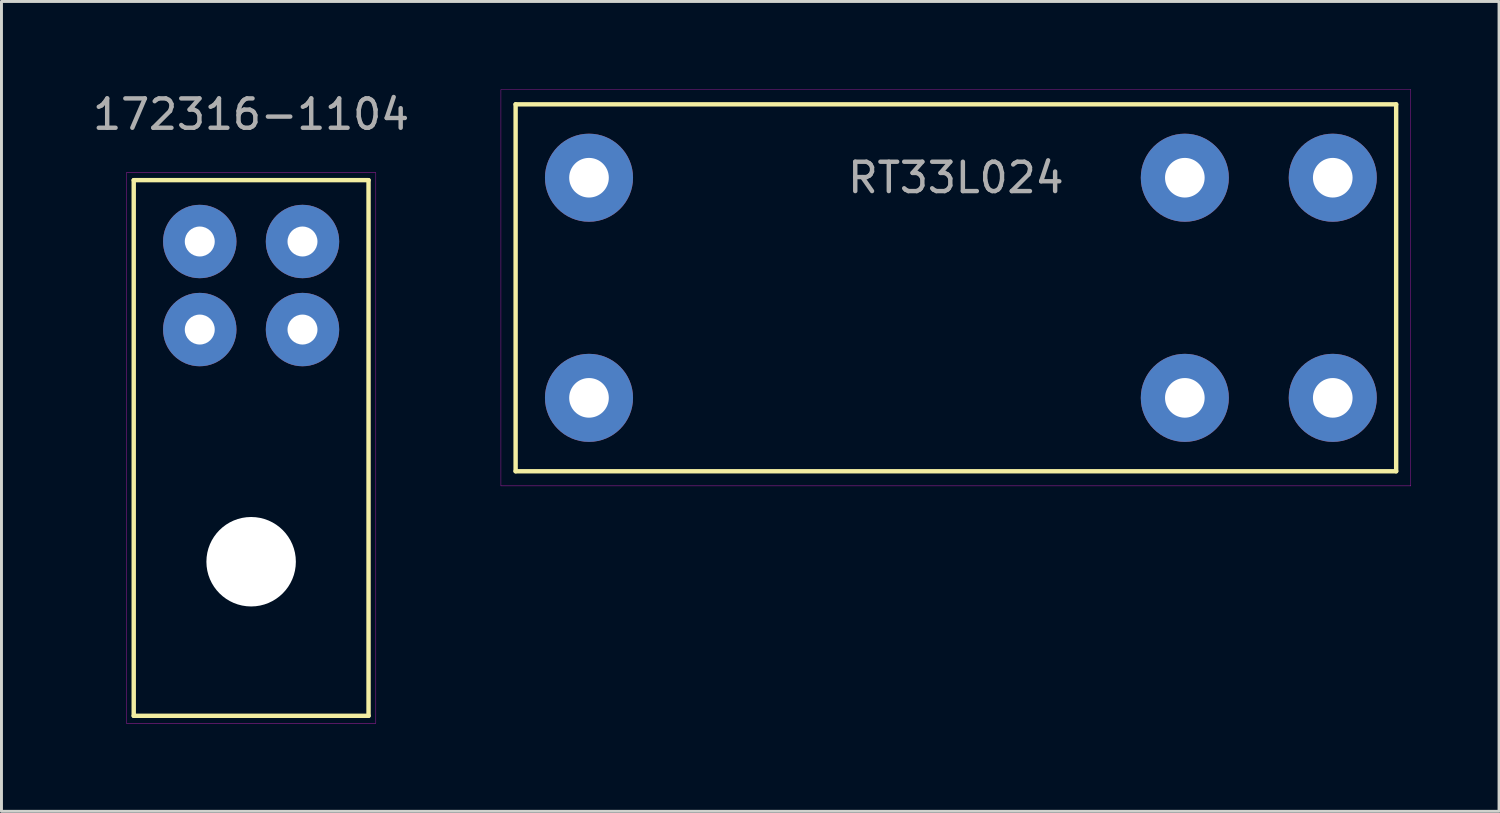
<source format=kicad_pcb>
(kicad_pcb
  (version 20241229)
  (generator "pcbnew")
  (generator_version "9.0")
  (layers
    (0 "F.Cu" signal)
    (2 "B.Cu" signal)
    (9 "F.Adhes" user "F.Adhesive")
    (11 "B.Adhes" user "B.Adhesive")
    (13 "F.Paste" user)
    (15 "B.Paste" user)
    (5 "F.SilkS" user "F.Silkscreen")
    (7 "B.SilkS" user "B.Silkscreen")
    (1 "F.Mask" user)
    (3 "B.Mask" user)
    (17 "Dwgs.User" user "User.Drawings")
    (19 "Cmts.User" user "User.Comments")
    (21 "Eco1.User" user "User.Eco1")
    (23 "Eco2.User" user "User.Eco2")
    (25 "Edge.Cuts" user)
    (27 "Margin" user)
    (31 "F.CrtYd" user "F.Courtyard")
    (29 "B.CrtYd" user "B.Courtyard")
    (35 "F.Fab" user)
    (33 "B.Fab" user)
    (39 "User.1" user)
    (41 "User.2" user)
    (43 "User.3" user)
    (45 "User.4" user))
  (footprint "RT33L024"
    (layer "F.Cu")
    (at 17.017 10.505)
    (property "Reference" "RT33L024" (at 12.5 -7.5 0) (layer "F.Fab") (effects (font (size 1 1) (thickness 0.15))))
    (attr through_hole)
    (fp_line (start -2.5 -10) (end 27.5 -10) (stroke (width 0.15) (type solid)) (layer "F.SilkS"))
    (fp_line (start -2.5 2.5) (end -2.5 -10) (stroke (width 0.15) (type solid)) (layer "F.SilkS"))
    (fp_line (start 27.5 -10) (end 27.5 2.5) (stroke (width 0.15) (type solid)) (layer "F.SilkS"))
    (fp_line (start 27.5 2.5) (end -2.5 2.5) (stroke (width 0.15) (type solid)) (layer "F.SilkS"))
    (fp_line (start -3 -10.5) (end 28 -10.5) (stroke (width 0.01) (type solid)) (layer "F.CrtYd"))
    (fp_line (start -3 3) (end -3 -10.5) (stroke (width 0.01) (type solid)) (layer "F.CrtYd"))
    (fp_line (start 28 -10.5) (end 28 3) (stroke (width 0.01) (type solid)) (layer "F.CrtYd"))
    (fp_line (start 28 3) (end -3 3) (stroke (width 0.01) (type solid)) (layer "F.CrtYd"))
    (pad "1" thru_hole circle (at 0 -7.5) (size 3 3) (drill 1.35) (layers "*.Cu" "*.Mask"))
    (pad "2" thru_hole circle (at 0 0) (size 3 3) (drill 1.35) (layers "*.Cu" "*.Mask"))
    (pad "3" thru_hole circle (at 20.3 -7.5) (size 3 3) (drill 1.35) (layers "*.Cu" "*.Mask"))
    (pad "3" thru_hole circle (at 20.3 0) (size 3 3) (drill 1.35) (layers "*.Cu" "*.Mask"))
    (pad "4" thru_hole circle (at 25.34 -7.5) (size 3 3) (drill 1.35) (layers "*.Cu" "*.Mask"))
    (pad "4" thru_hole circle (at 25.34 0) (size 3 3) (drill 1.35) (layers "*.Cu" "*.Mask")))
  (footprint "172316-1104"
    (layer "F.Cu")
    (at 5.506 16.088)
    (property "Reference" "172316-1104" (at 0 -15.24 0) (layer "F.Fab") (effects (font (size 1 1) (thickness 0.15))))
    (attr through_hole)
    (fp_line (start -4 -13) (end -4 5.25) (stroke (width 0.15) (type solid)) (layer "F.SilkS"))
    (fp_line (start -4 5.25) (end 4 5.25) (stroke (width 0.15) (type solid)) (layer "F.SilkS"))
    (fp_line (start 4 -13) (end -4 -13) (stroke (width 0.15) (type solid)) (layer "F.SilkS"))
    (fp_line (start 4 5.25) (end 4 -13) (stroke (width 0.15) (type solid)) (layer "F.SilkS"))
    (fp_line (start -4.25 -13.25) (end -4.25 5.5) (stroke (width 0.01) (type solid)) (layer "F.CrtYd"))
    (fp_line (start -4.25 5.5) (end 4.25 5.5) (stroke (width 0.01) (type solid)) (layer "F.CrtYd"))
    (fp_line (start 4.25 -13.25) (end -4.25 -13.25) (stroke (width 0.01) (type solid)) (layer "F.CrtYd"))
    (fp_line (start 4.25 5.5) (end 4.25 -13.25) (stroke (width 0.01) (type solid)) (layer "F.CrtYd"))
    (pad "" np_thru_hole circle (at 0 0) (size 3.048 3.048) (drill 3.048) (layers "*.Cu" "*.Mask"))
    (pad "1" thru_hole circle (at -1.75 -10.91) (size 2.5 2.5) (drill 1.02) (layers "*.Cu" "*.Mask"))
    (pad "2" thru_hole circle (at 1.75 -10.91) (size 2.5 2.5) (drill 1.02) (layers "*.Cu" "*.Mask"))
    (pad "3" thru_hole circle (at -1.75 -7.91) (size 2.5 2.5) (drill 1.02) (layers "*.Cu" "*.Mask"))
    (pad "4" thru_hole circle (at 1.75 -7.91) (size 2.5 2.5) (drill 1.02) (layers "*.Cu" "*.Mask")))
  (gr_rect
    (start -3 -3)
    (end 48.022 24.593)
    (stroke (width 0.1) (type default))
    (fill no)
    (layer "Edge.Cuts")))
</source>
